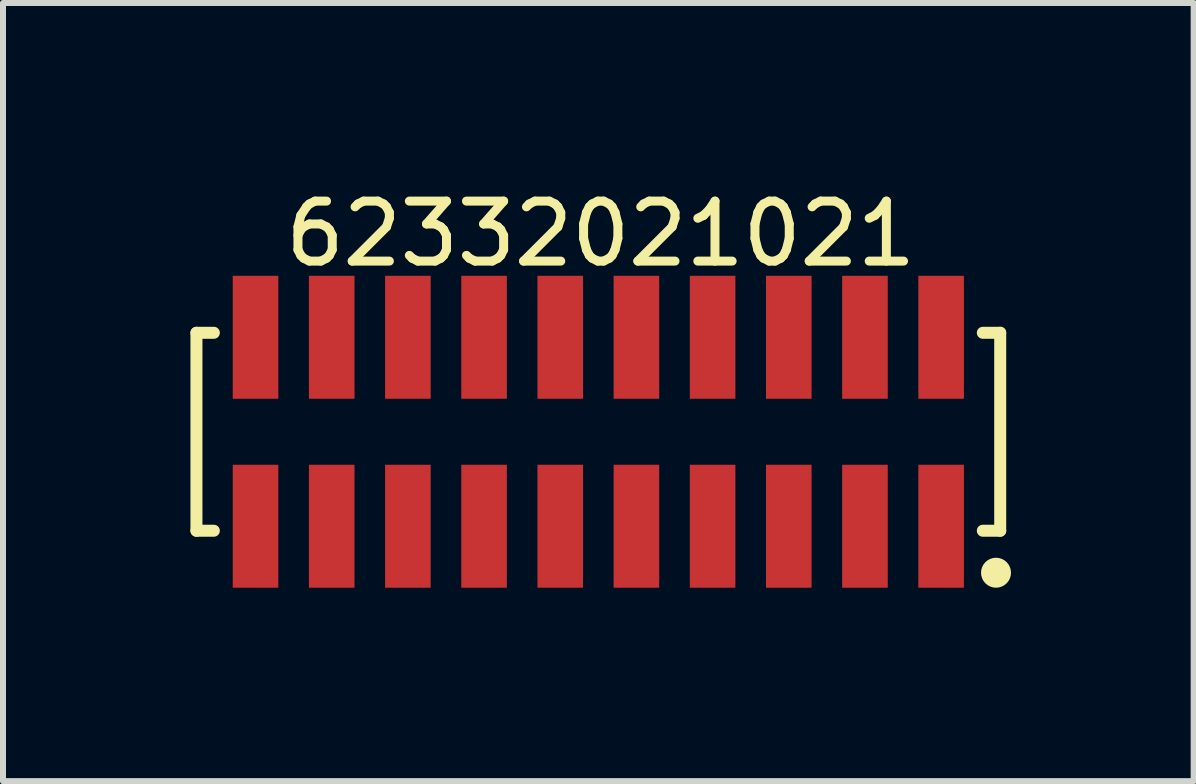
<source format=kicad_pcb>
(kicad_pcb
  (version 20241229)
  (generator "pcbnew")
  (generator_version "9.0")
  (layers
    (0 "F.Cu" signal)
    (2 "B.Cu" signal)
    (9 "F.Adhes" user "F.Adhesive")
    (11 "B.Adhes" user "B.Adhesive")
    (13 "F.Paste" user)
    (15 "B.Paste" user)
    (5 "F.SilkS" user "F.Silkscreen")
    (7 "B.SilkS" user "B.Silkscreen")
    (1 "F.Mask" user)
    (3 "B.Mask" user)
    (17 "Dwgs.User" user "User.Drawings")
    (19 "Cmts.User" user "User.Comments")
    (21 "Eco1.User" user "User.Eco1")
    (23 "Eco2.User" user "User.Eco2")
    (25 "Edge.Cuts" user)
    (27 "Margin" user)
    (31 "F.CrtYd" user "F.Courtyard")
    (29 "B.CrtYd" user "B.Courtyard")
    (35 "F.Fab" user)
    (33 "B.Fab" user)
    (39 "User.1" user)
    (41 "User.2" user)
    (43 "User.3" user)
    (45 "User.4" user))
  (footprint "62332021021"
    (layer "F.Cu")
    (at 6.925 4.148)
    (property "Reference" "62332021021" (at 0.04 -3.3 0) (layer "F.SilkS") (effects (font (size 1 1) (thickness 0.15))))
    (fp_line (start -6.7 -1.65) (end -6.41 -1.65) (stroke (width 0.2) (type solid)) (layer "F.SilkS"))
    (fp_line (start -6.7 1.65) (end -6.7 -1.65) (stroke (width 0.2) (type solid)) (layer "F.SilkS"))
    (fp_line (start -6.7 1.65) (end -6.41 1.65) (stroke (width 0.2) (type solid)) (layer "F.SilkS"))
    (fp_line (start 6.41 -1.65) (end 6.7 -1.65) (stroke (width 0.2) (type solid)) (layer "F.SilkS"))
    (fp_line (start 6.41 1.65) (end 6.7 1.65) (stroke (width 0.2) (type solid)) (layer "F.SilkS"))
    (fp_line (start 6.7 1.65) (end 6.7 -1.65) (stroke (width 0.2) (type solid)) (layer "F.SilkS"))
    (fp_circle (center 6.63 2.35) (end 6.63 2.225) (stroke (width 0.25) (type solid)) (fill no) (layer "F.SilkS"))
    (fp_line (start -6.9 -2.8) (end 6.9 -2.8) (stroke (width 0.05) (type solid)) (layer "Eco2.User"))
    (fp_line (start -6.9 2.8) (end -6.9 -2.8) (stroke (width 0.05) (type solid)) (layer "Eco2.User"))
    (fp_line (start -6.9 2.8) (end 6.9 2.8) (stroke (width 0.05) (type solid)) (layer "Eco2.User"))
    (fp_line (start -6.55 -1.55) (end 6.55 -1.55) (stroke (width 0.1) (type solid)) (layer "Eco2.User"))
    (fp_line (start -6.55 1.55) (end -6.55 -1.55) (stroke (width 0.1) (type solid)) (layer "Eco2.User"))
    (fp_line (start -6.55 1.55) (end 6.55 1.55) (stroke (width 0.1) (type solid)) (layer "Eco2.User"))
    (fp_line (start -5.965 -2.3) (end -5.465 -2.3) (stroke (width 0.1) (type solid)) (layer "Eco2.User"))
    (fp_line (start -5.965 -1.55) (end -5.965 -2.3) (stroke (width 0.1) (type solid)) (layer "Eco2.User"))
    (fp_line (start -5.965 2.3) (end -5.965 1.55) (stroke (width 0.1) (type solid)) (layer "Eco2.User"))
    (fp_line (start -5.965 2.3) (end -5.465 2.3) (stroke (width 0.1) (type solid)) (layer "Eco2.User"))
    (fp_line (start -5.465 -1.55) (end -5.465 -2.3) (stroke (width 0.1) (type solid)) (layer "Eco2.User"))
    (fp_line (start -5.465 2.3) (end -5.465 1.55) (stroke (width 0.1) (type solid)) (layer "Eco2.User"))
    (fp_line (start -4.695 -2.3) (end -4.195 -2.3) (stroke (width 0.1) (type solid)) (layer "Eco2.User"))
    (fp_line (start -4.695 -1.55) (end -4.695 -2.3) (stroke (width 0.1) (type solid)) (layer "Eco2.User"))
    (fp_line (start -4.695 2.3) (end -4.695 1.55) (stroke (width 0.1) (type solid)) (layer "Eco2.User"))
    (fp_line (start -4.695 2.3) (end -4.195 2.3) (stroke (width 0.1) (type solid)) (layer "Eco2.User"))
    (fp_line (start -4.195 -1.55) (end -4.195 -2.3) (stroke (width 0.1) (type solid)) (layer "Eco2.User"))
    (fp_line (start -4.195 2.3) (end -4.195 1.55) (stroke (width 0.1) (type solid)) (layer "Eco2.User"))
    (fp_line (start -3.425 -2.3) (end -2.925 -2.3) (stroke (width 0.1) (type solid)) (layer "Eco2.User"))
    (fp_line (start -3.425 -1.55) (end -3.425 -2.3) (stroke (width 0.1) (type solid)) (layer "Eco2.User"))
    (fp_line (start -3.425 2.3) (end -3.425 1.55) (stroke (width 0.1) (type solid)) (layer "Eco2.User"))
    (fp_line (start -3.425 2.3) (end -2.925 2.3) (stroke (width 0.1) (type solid)) (layer "Eco2.User"))
    (fp_line (start -2.925 -1.55) (end -2.925 -2.3) (stroke (width 0.1) (type solid)) (layer "Eco2.User"))
    (fp_line (start -2.925 2.3) (end -2.925 1.55) (stroke (width 0.1) (type solid)) (layer "Eco2.User"))
    (fp_line (start -2.155 -2.3) (end -1.655 -2.3) (stroke (width 0.1) (type solid)) (layer "Eco2.User"))
    (fp_line (start -2.155 -1.55) (end -2.155 -2.3) (stroke (width 0.1) (type solid)) (layer "Eco2.User"))
    (fp_line (start -2.155 2.3) (end -2.155 1.55) (stroke (width 0.1) (type solid)) (layer "Eco2.User"))
    (fp_line (start -2.155 2.3) (end -1.655 2.3) (stroke (width 0.1) (type solid)) (layer "Eco2.User"))
    (fp_line (start -1.655 -1.55) (end -1.655 -2.3) (stroke (width 0.1) (type solid)) (layer "Eco2.User"))
    (fp_line (start -1.655 2.3) (end -1.655 1.55) (stroke (width 0.1) (type solid)) (layer "Eco2.User"))
    (fp_line (start -0.885 -2.3) (end -0.385 -2.3) (stroke (width 0.1) (type solid)) (layer "Eco2.User"))
    (fp_line (start -0.885 -1.55) (end -0.885 -2.3) (stroke (width 0.1) (type solid)) (layer "Eco2.User"))
    (fp_line (start -0.885 2.3) (end -0.885 1.55) (stroke (width 0.1) (type solid)) (layer "Eco2.User"))
    (fp_line (start -0.885 2.3) (end -0.385 2.3) (stroke (width 0.1) (type solid)) (layer "Eco2.User"))
    (fp_line (start -0.5 0) (end 0.5 0) (stroke (width 0.05) (type solid)) (layer "Eco2.User"))
    (fp_line (start -0.385 -1.55) (end -0.385 -2.3) (stroke (width 0.1) (type solid)) (layer "Eco2.User"))
    (fp_line (start -0.385 2.3) (end -0.385 1.55) (stroke (width 0.1) (type solid)) (layer "Eco2.User"))
    (fp_line (start 0 0.5) (end 0 -0.5) (stroke (width 0.05) (type solid)) (layer "Eco2.User"))
    (fp_line (start 0.385 -2.3) (end 0.885 -2.3) (stroke (width 0.1) (type solid)) (layer "Eco2.User"))
    (fp_line (start 0.385 -1.55) (end 0.385 -2.3) (stroke (width 0.1) (type solid)) (layer "Eco2.User"))
    (fp_line (start 0.385 2.3) (end 0.385 1.55) (stroke (width 0.1) (type solid)) (layer "Eco2.User"))
    (fp_line (start 0.385 2.3) (end 0.885 2.3) (stroke (width 0.1) (type solid)) (layer "Eco2.User"))
    (fp_line (start 0.885 -1.55) (end 0.885 -2.3) (stroke (width 0.1) (type solid)) (layer "Eco2.User"))
    (fp_line (start 0.885 2.3) (end 0.885 1.55) (stroke (width 0.1) (type solid)) (layer "Eco2.User"))
    (fp_line (start 1.655 -2.3) (end 2.155 -2.3) (stroke (width 0.1) (type solid)) (layer "Eco2.User"))
    (fp_line (start 1.655 -1.55) (end 1.655 -2.3) (stroke (width 0.1) (type solid)) (layer "Eco2.User"))
    (fp_line (start 1.655 2.3) (end 1.655 1.55) (stroke (width 0.1) (type solid)) (layer "Eco2.User"))
    (fp_line (start 1.655 2.3) (end 2.155 2.3) (stroke (width 0.1) (type solid)) (layer "Eco2.User"))
    (fp_line (start 2.155 -1.55) (end 2.155 -2.3) (stroke (width 0.1) (type solid)) (layer "Eco2.User"))
    (fp_line (start 2.155 2.3) (end 2.155 1.55) (stroke (width 0.1) (type solid)) (layer "Eco2.User"))
    (fp_line (start 2.925 -2.3) (end 3.425 -2.3) (stroke (width 0.1) (type solid)) (layer "Eco2.User"))
    (fp_line (start 2.925 -1.55) (end 2.925 -2.3) (stroke (width 0.1) (type solid)) (layer "Eco2.User"))
    (fp_line (start 2.925 2.3) (end 2.925 1.55) (stroke (width 0.1) (type solid)) (layer "Eco2.User"))
    (fp_line (start 2.925 2.3) (end 3.425 2.3) (stroke (width 0.1) (type solid)) (layer "Eco2.User"))
    (fp_line (start 3.425 -1.55) (end 3.425 -2.3) (stroke (width 0.1) (type solid)) (layer "Eco2.User"))
    (fp_line (start 3.425 2.3) (end 3.425 1.55) (stroke (width 0.1) (type solid)) (layer "Eco2.User"))
    (fp_line (start 4.195 -2.3) (end 4.695 -2.3) (stroke (width 0.1) (type solid)) (layer "Eco2.User"))
    (fp_line (start 4.195 -1.55) (end 4.195 -2.3) (stroke (width 0.1) (type solid)) (layer "Eco2.User"))
    (fp_line (start 4.195 2.3) (end 4.195 1.55) (stroke (width 0.1) (type solid)) (layer "Eco2.User"))
    (fp_line (start 4.195 2.3) (end 4.695 2.3) (stroke (width 0.1) (type solid)) (layer "Eco2.User"))
    (fp_line (start 4.695 -1.55) (end 4.695 -2.3) (stroke (width 0.1) (type solid)) (layer "Eco2.User"))
    (fp_line (start 4.695 2.3) (end 4.695 1.55) (stroke (width 0.1) (type solid)) (layer "Eco2.User"))
    (fp_line (start 5.465 -2.3) (end 5.965 -2.3) (stroke (width 0.1) (type solid)) (layer "Eco2.User"))
    (fp_line (start 5.465 -1.55) (end 5.465 -2.3) (stroke (width 0.1) (type solid)) (layer "Eco2.User"))
    (fp_line (start 5.465 2.3) (end 5.465 1.55) (stroke (width 0.1) (type solid)) (layer "Eco2.User"))
    (fp_line (start 5.465 2.3) (end 5.965 2.3) (stroke (width 0.1) (type solid)) (layer "Eco2.User"))
    (fp_line (start 5.965 -1.55) (end 5.965 -2.3) (stroke (width 0.1) (type solid)) (layer "Eco2.User"))
    (fp_line (start 5.965 2.3) (end 5.965 1.55) (stroke (width 0.1) (type solid)) (layer "Eco2.User"))
    (fp_line (start 6.55 1.55) (end 6.55 -1.55) (stroke (width 0.1) (type solid)) (layer "Eco2.User"))
    (fp_line (start 6.9 2.8) (end 6.9 -2.8) (stroke (width 0.05) (type solid)) (layer "Eco2.User"))
    (fp_text user "${REFERENCE}" (at 0.1 -0.131 0) (unlocked yes) (layer "User.3") (effects (font (size 1 1) (thickness 0.1))))
    (pad "1" smd rect (at 5.715 1.575 180) (size 0.76 2.05) (layers "F.Cu" "F.Mask" "F.Paste"))
    (pad "2" smd rect (at 5.715 -1.575 180) (size 0.76 2.05) (layers "F.Cu" "F.Mask" "F.Paste"))
    (pad "3" smd rect (at 4.445 1.575 180) (size 0.76 2.05) (layers "F.Cu" "F.Mask" "F.Paste"))
    (pad "4" smd rect (at 4.445 -1.575 180) (size 0.76 2.05) (layers "F.Cu" "F.Mask" "F.Paste"))
    (pad "5" smd rect (at 3.175 1.575 180) (size 0.76 2.05) (layers "F.Cu" "F.Mask" "F.Paste"))
    (pad "6" smd rect (at 3.175 -1.575 180) (size 0.76 2.05) (layers "F.Cu" "F.Mask" "F.Paste"))
    (pad "7" smd rect (at 1.905 1.575 180) (size 0.76 2.05) (layers "F.Cu" "F.Mask" "F.Paste"))
    (pad "8" smd rect (at 1.905 -1.575 180) (size 0.76 2.05) (layers "F.Cu" "F.Mask" "F.Paste"))
    (pad "9" smd rect (at 0.635 1.575 180) (size 0.76 2.05) (layers "F.Cu" "F.Mask" "F.Paste"))
    (pad "10" smd rect (at 0.635 -1.575 180) (size 0.76 2.05) (layers "F.Cu" "F.Mask" "F.Paste"))
    (pad "11" smd rect (at -0.635 1.575 180) (size 0.76 2.05) (layers "F.Cu" "F.Mask" "F.Paste"))
    (pad "12" smd rect (at -0.635 -1.575 180) (size 0.76 2.05) (layers "F.Cu" "F.Mask" "F.Paste"))
    (pad "13" smd rect (at -1.905 1.575 180) (size 0.76 2.05) (layers "F.Cu" "F.Mask" "F.Paste"))
    (pad "14" smd rect (at -1.905 -1.575 180) (size 0.76 2.05) (layers "F.Cu" "F.Mask" "F.Paste"))
    (pad "15" smd rect (at -3.175 1.575 180) (size 0.76 2.05) (layers "F.Cu" "F.Mask" "F.Paste"))
    (pad "16" smd rect (at -3.175 -1.575 180) (size 0.76 2.05) (layers "F.Cu" "F.Mask" "F.Paste"))
    (pad "17" smd rect (at -4.445 1.575 180) (size 0.76 2.05) (layers "F.Cu" "F.Mask" "F.Paste"))
    (pad "18" smd rect (at -4.445 -1.575 180) (size 0.76 2.05) (layers "F.Cu" "F.Mask" "F.Paste"))
    (pad "19" smd rect (at -5.715 1.575 180) (size 0.76 2.05) (layers "F.Cu" "F.Mask" "F.Paste"))
    (pad "20" smd rect (at -5.715 -1.575 180) (size 0.76 2.05) (layers "F.Cu" "F.Mask" "F.Paste")))
  (gr_rect
    (start -3 -3)
    (end 16.85 9.973)
    (stroke (width 0.1) (type default))
    (fill no)
    (layer "Edge.Cuts")))
</source>
